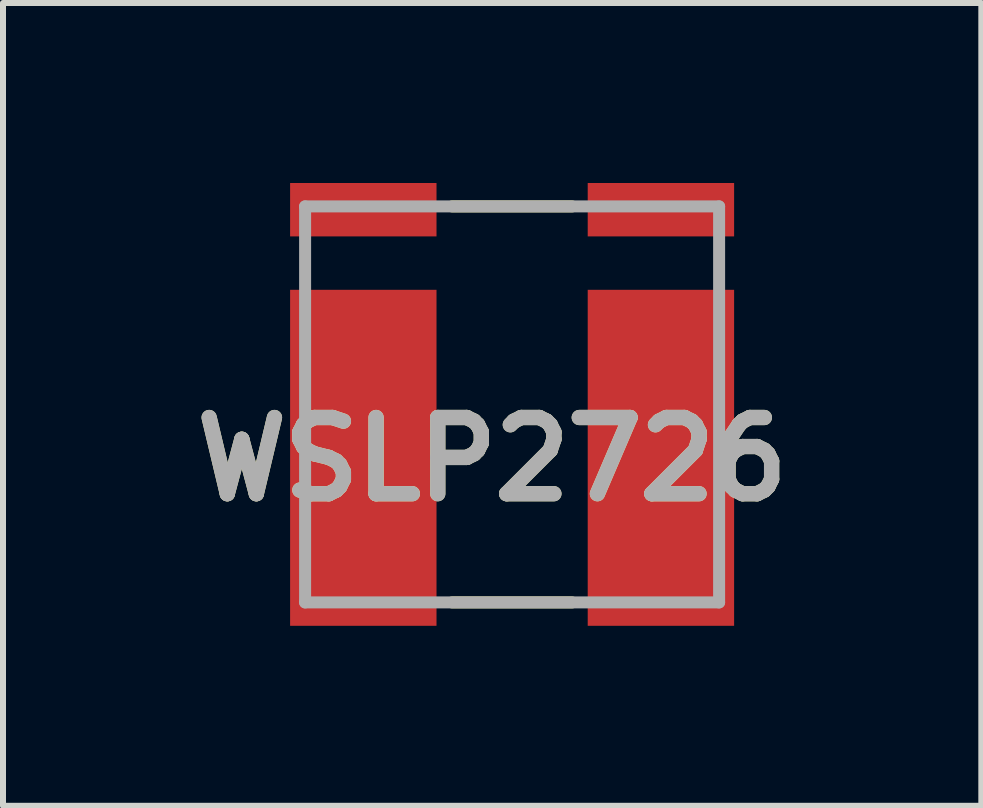
<source format=kicad_pcb>
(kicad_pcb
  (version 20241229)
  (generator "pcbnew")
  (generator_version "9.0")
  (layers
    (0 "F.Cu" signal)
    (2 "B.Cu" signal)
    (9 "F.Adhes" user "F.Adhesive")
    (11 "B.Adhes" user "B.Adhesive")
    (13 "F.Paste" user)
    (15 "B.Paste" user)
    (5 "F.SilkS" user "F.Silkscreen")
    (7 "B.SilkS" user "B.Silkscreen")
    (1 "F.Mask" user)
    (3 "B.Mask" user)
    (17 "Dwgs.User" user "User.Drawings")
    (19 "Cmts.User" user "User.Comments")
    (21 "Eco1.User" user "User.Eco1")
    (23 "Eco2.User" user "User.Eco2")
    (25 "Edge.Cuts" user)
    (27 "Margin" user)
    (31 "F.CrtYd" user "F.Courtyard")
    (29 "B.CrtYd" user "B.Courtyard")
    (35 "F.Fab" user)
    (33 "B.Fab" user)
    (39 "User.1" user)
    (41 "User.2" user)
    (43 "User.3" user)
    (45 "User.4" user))
  (footprint "WSLP2726"
    (layer "F.Cu")
    (at 5.485 3.69)
    (property "Reference" "WSLP2726" (at -0.332 0.914 0) (layer "F.SilkS") (effects (font (size 1.27 1.27) (thickness 0.254))))
    (attr smd)
    (fp_line (start -1 -3.3) (end 1 -3.3) (stroke (width 0.2) (type solid)) (layer "F.SilkS"))
    (fp_line (start -1 3.3) (end 1 3.3) (stroke (width 0.2) (type solid)) (layer "F.SilkS"))
    (fp_line (start -3.45 -3.3) (end 3.45 -3.3) (stroke (width 0.2) (type solid)) (layer "F.Fab"))
    (fp_line (start -3.45 3.3) (end -3.45 -3.3) (stroke (width 0.2) (type solid)) (layer "F.Fab"))
    (fp_line (start 3.45 -3.3) (end 3.45 3.3) (stroke (width 0.2) (type solid)) (layer "F.Fab"))
    (fp_line (start 3.45 3.3) (end -3.45 3.3) (stroke (width 0.2) (type solid)) (layer "F.Fab"))
    (fp_text user "${REFERENCE}" (at -0.332 0.914 0) (layer "F.Fab") (effects (font (size 1.27 1.27) (thickness 0.254))))
    (pad "1" smd rect (at -2.48 0.89) (size 2.44 5.6) (layers "F.Cu" "F.Mask" "F.Paste"))
    (pad "2" smd rect (at -2.48 -3.245 90) (size 0.89 2.44) (layers "F.Cu" "F.Mask" "F.Paste"))
    (pad "3" smd rect (at 2.48 0.89) (size 2.44 5.6) (layers "F.Cu" "F.Mask" "F.Paste"))
    (pad "4" smd rect (at 2.48 -3.245 90) (size 0.89 2.44) (layers "F.Cu" "F.Mask" "F.Paste")))
  (gr_rect
    (start -3 -3)
    (end 13.305 10.38)
    (stroke (width 0.1) (type default))
    (fill no)
    (layer "Edge.Cuts")))
</source>
